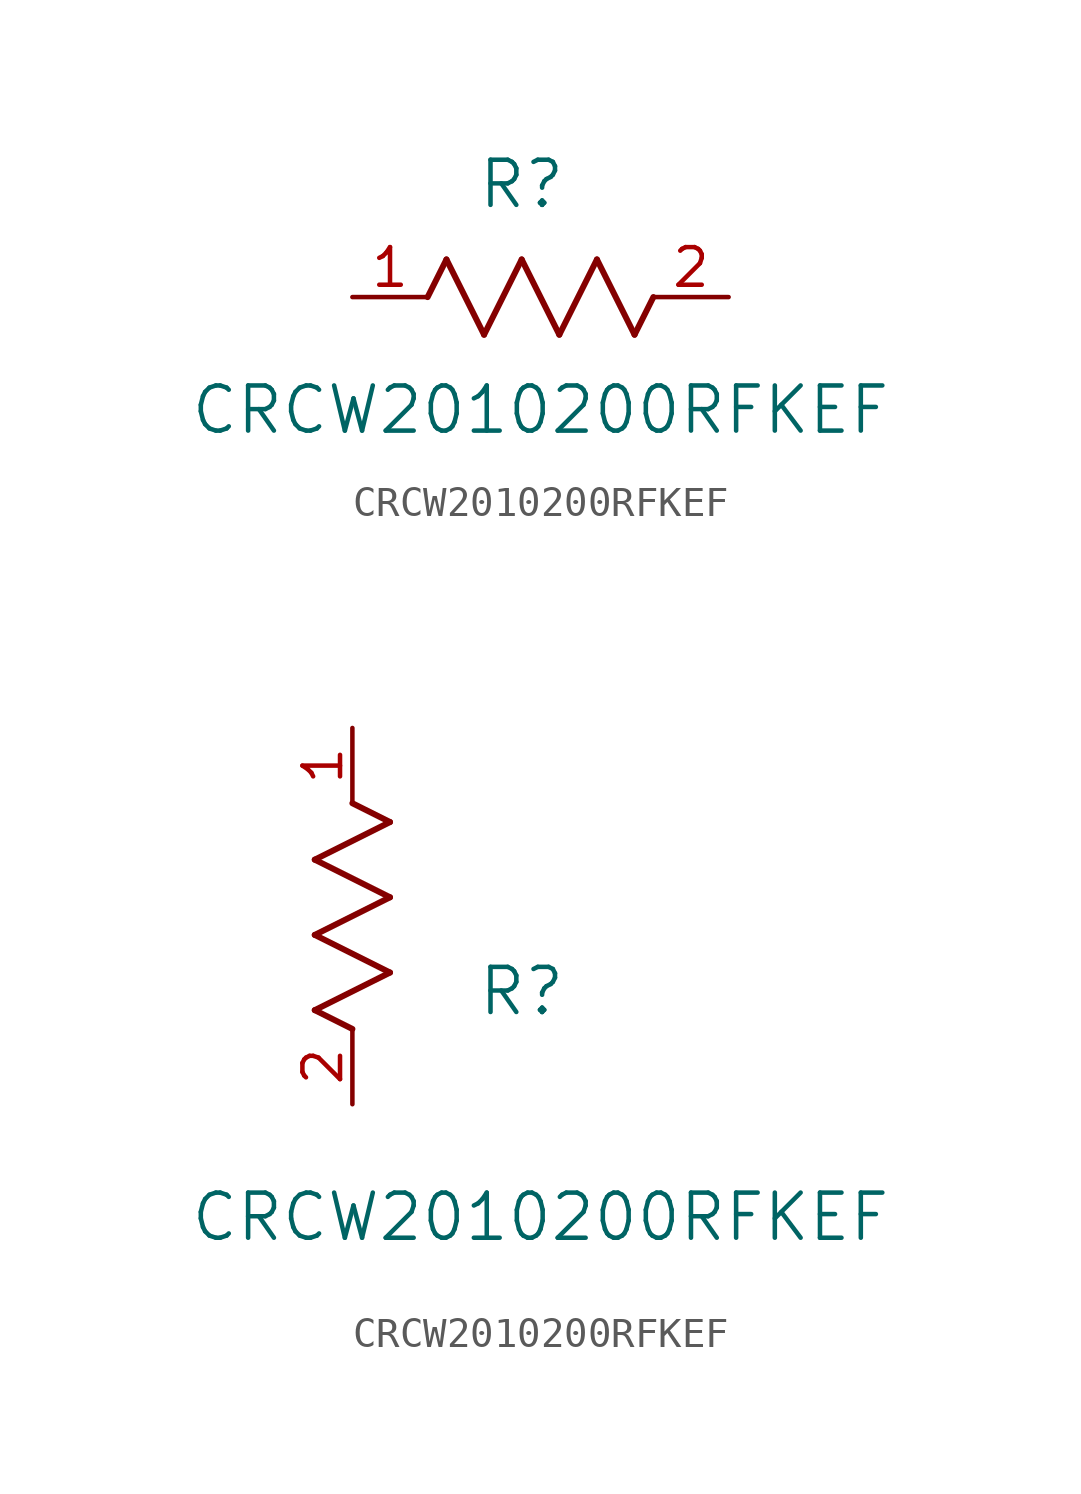
<source format=kicad_sym>
(kicad_symbol_lib
  (version 20211014)
  (generator kicad_symbol_editor)
  (symbol "CRCW2010200RFKEF"
    (pin_names
      (offset 0.254))
    (property "Reference" "R"
      (at 5.715 3.81 0)
      (effects (font (size 1.524 1.524))))
    (property "Value" "CRCW2010200RFKEF"
      (at 6.35 -3.81 0)
      (effects (font (size 1.524 1.524))))
    (symbol "CRCW2010200RFKEF_1_1"
      (polyline (pts (xy 3.175 1.27) (xy 4.445 -1.27)) (stroke (width 0.203) (type default) (color 0 0 0 0)) (fill (type none)))
      (polyline (pts (xy 4.445 -1.27) (xy 5.715 1.27)) (stroke (width 0.203) (type default) (color 0 0 0 0)) (fill (type none)))
      (polyline (pts (xy 5.715 1.27) (xy 6.985 -1.27)) (stroke (width 0.203) (type default) (color 0 0 0 0)) (fill (type none)))
      (polyline (pts (xy 6.985 -1.27) (xy 8.255 1.27)) (stroke (width 0.203) (type default) (color 0 0 0 0)) (fill (type none)))
      (polyline (pts (xy 8.255 1.27) (xy 9.525 -1.27)) (stroke (width 0.203) (type default) (color 0 0 0 0)) (fill (type none)))
      (polyline (pts (xy 2.54 0) (xy 3.175 1.27)) (stroke (width 0.203) (type default) (color 0 0 0 0)) (fill (type none)))
      (polyline (pts (xy 9.525 -1.27) (xy 10.16 0)) (stroke (width 0.203) (type default) (color 0 0 0 0)) (fill (type none)))
      (pin unspecified line (at 0 0 0) (length 2.54) (name "" (effects (font (size 1.27 1.27)))) (number "1" (effects (font (size 1.27 1.27)))))
      (pin unspecified line (at 12.7 0 180) (length 2.54) (name "" (effects (font (size 1.27 1.27)))) (number "2" (effects (font (size 1.27 1.27))))))
    (symbol "CRCW2010200RFKEF_1_2"
      (polyline (pts (xy 0 2.54) (xy -1.27 3.175)) (stroke (width 0.203) (type default) (color 0 0 0 0)) (fill (type none)))
      (polyline (pts (xy -1.27 3.175) (xy 1.27 4.445)) (stroke (width 0.203) (type default) (color 0 0 0 0)) (fill (type none)))
      (polyline (pts (xy 1.27 4.445) (xy -1.27 5.715)) (stroke (width 0.203) (type default) (color 0 0 0 0)) (fill (type none)))
      (polyline (pts (xy -1.27 5.715) (xy 1.27 6.985)) (stroke (width 0.203) (type default) (color 0 0 0 0)) (fill (type none)))
      (polyline (pts (xy -1.27 8.255) (xy 1.27 9.525)) (stroke (width 0.203) (type default) (color 0 0 0 0)) (fill (type none)))
      (polyline (pts (xy 1.27 9.525) (xy 0 10.16)) (stroke (width 0.203) (type default) (color 0 0 0 0)) (fill (type none)))
      (polyline (pts (xy 1.27 6.985) (xy -1.27 8.255)) (stroke (width 0.203) (type default) (color 0 0 0 0)) (fill (type none)))
      (pin unspecified line (at 0 12.7 270) (length 2.54) (name "" (effects (font (size 1.27 1.27)))) (number "1" (effects (font (size 1.27 1.27)))))
      (pin unspecified line (at 0 0 90) (length 2.54) (name "" (effects (font (size 1.27 1.27)))) (number "2" (effects (font (size 1.27 1.27))))))))
</source>
